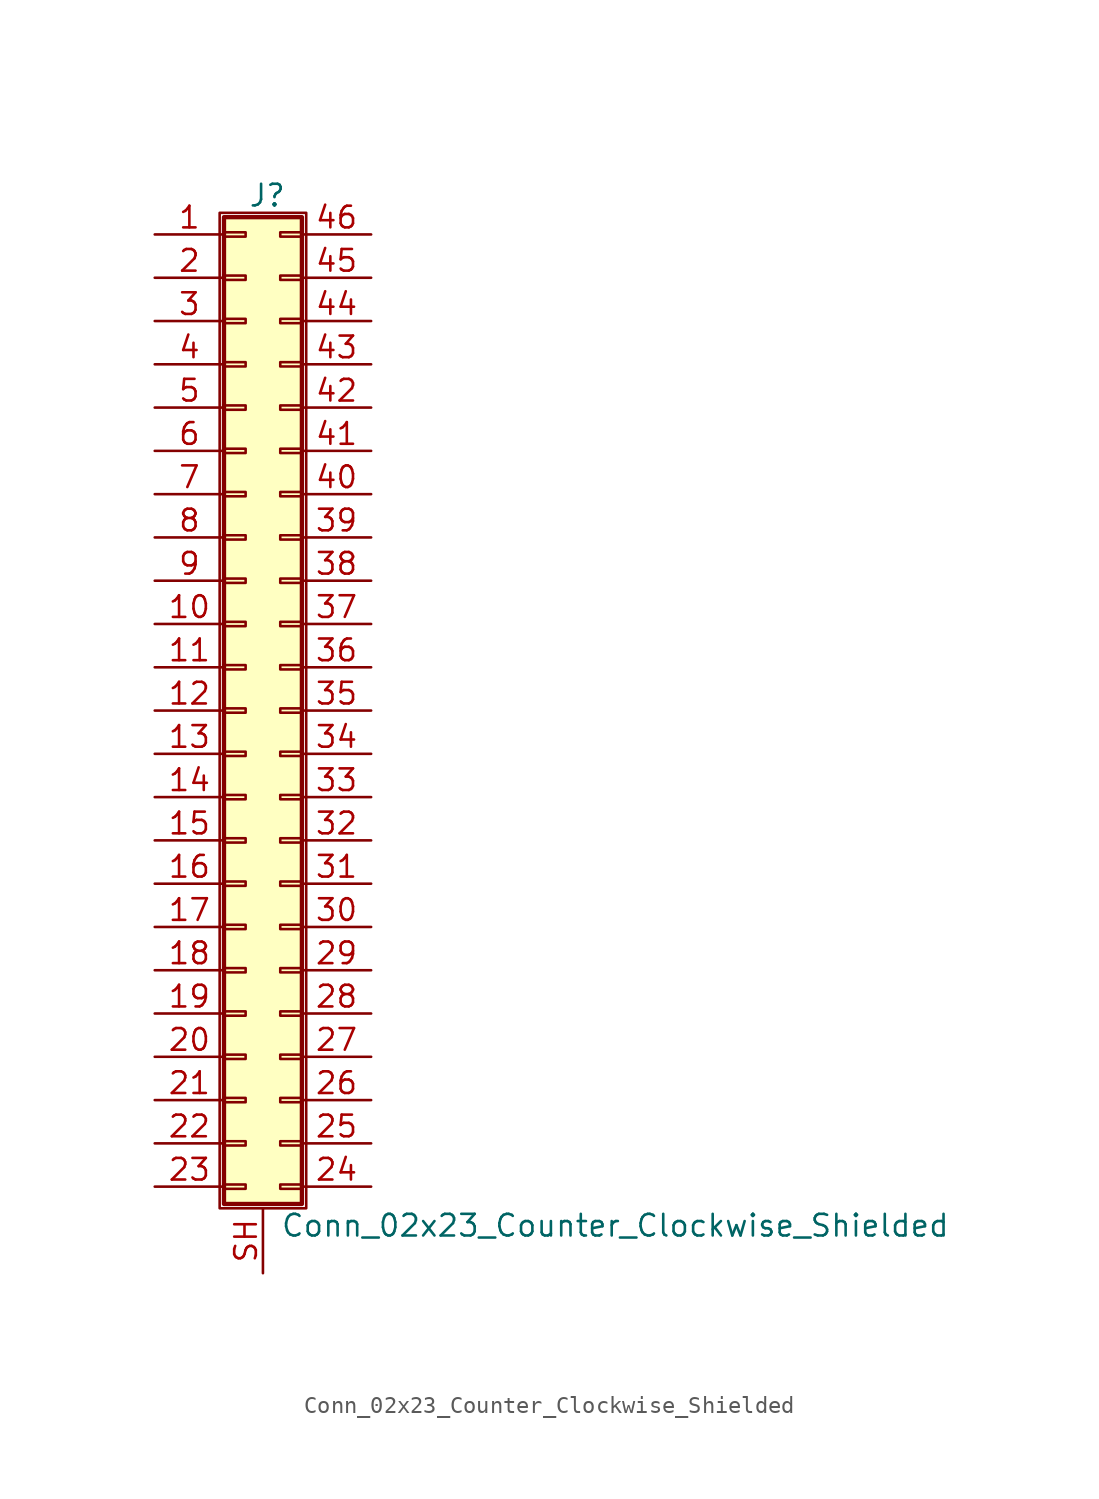
<source format=kicad_sym>
(kicad_symbol_lib
  (version 20201005)
  (generator kicad_symbol_editor)
  (symbol "Connector_Generic_Shielded:Conn_02x23_Counter_Clockwise_Shielded"
    (pin_names
      (offset 1.016) hide)
    (property "Reference" "J"
      (at 1.524 30.226 0)
      (effects (font (size 1.27 1.27))))
    (property "Value" "Conn_02x23_Counter_Clockwise_Shielded"
      (at 2.286 -30.226 0)
      (effects (font (size 1.27 1.27)) (justify left)))
    (symbol "Conn_02x23_Counter_Clockwise_Shielded_1_1"
      (rectangle (start -1.016 -27.813) (end 0.254 -28.067) (stroke (width 0.152)) (fill (type none)))
      (rectangle (start -1.016 -4.953) (end 0.254 -5.207) (stroke (width 0.152)) (fill (type none)))
      (rectangle (start -1.016 -7.493) (end 0.254 -7.747) (stroke (width 0.152)) (fill (type none)))
      (rectangle (start -1.016 -10.033) (end 0.254 -10.287) (stroke (width 0.152)) (fill (type none)))
      (rectangle (start -1.016 -12.573) (end 0.254 -12.827) (stroke (width 0.152)) (fill (type none)))
      (rectangle (start -1.016 -15.113) (end 0.254 -15.367) (stroke (width 0.152)) (fill (type none)))
      (rectangle (start -1.016 -17.653) (end 0.254 -17.907) (stroke (width 0.152)) (fill (type none)))
      (rectangle (start -1.016 -20.193) (end 0.254 -20.447) (stroke (width 0.152)) (fill (type none)))
      (rectangle (start -1.016 -22.733) (end 0.254 -22.987) (stroke (width 0.152)) (fill (type none)))
      (rectangle (start -1.016 -2.413) (end 0.254 -2.667) (stroke (width 0.152)) (fill (type none)))
      (rectangle (start -1.016 -25.273) (end 0.254 -25.527) (stroke (width 0.152)) (fill (type none)))
      (rectangle (start -1.016 25.527) (end 0.254 25.273) (stroke (width 0.152)) (fill (type none)))
      (rectangle (start -1.016 2.667) (end 0.254 2.413) (stroke (width 0.152)) (fill (type none)))
      (rectangle (start -1.016 28.067) (end 0.254 27.813) (stroke (width 0.152)) (fill (type none)))
      (rectangle (start -1.016 28.956) (end 3.556 -28.956) (stroke (width 0.254)) (fill (type background)))
      (rectangle (start -1.016 5.207) (end 0.254 4.953) (stroke (width 0.152)) (fill (type none)))
      (rectangle (start -1.016 7.747) (end 0.254 7.493) (stroke (width 0.152)) (fill (type none)))
      (rectangle (start -1.016 10.287) (end 0.254 10.033) (stroke (width 0.152)) (fill (type none)))
      (rectangle (start -1.016 0.127) (end 0.254 -0.127) (stroke (width 0.152)) (fill (type none)))
      (rectangle (start -1.016 12.827) (end 0.254 12.573) (stroke (width 0.152)) (fill (type none)))
      (rectangle (start -1.016 15.367) (end 0.254 15.113) (stroke (width 0.152)) (fill (type none)))
      (rectangle (start -1.016 17.907) (end 0.254 17.653) (stroke (width 0.152)) (fill (type none)))
      (rectangle (start -1.016 20.447) (end 0.254 20.193) (stroke (width 0.152)) (fill (type none)))
      (rectangle (start -1.016 22.987) (end 0.254 22.733) (stroke (width 0.152)) (fill (type none)))
      (rectangle (start -1.27 29.21) (end 3.81 -29.21) (stroke (width 0.152)) (fill (type none)))
      (rectangle (start 3.556 -27.813) (end 2.286 -28.067) (stroke (width 0.152)) (fill (type none)))
      (rectangle (start 3.556 -4.953) (end 2.286 -5.207) (stroke (width 0.152)) (fill (type none)))
      (rectangle (start 3.556 -7.493) (end 2.286 -7.747) (stroke (width 0.152)) (fill (type none)))
      (rectangle (start 3.556 -10.033) (end 2.286 -10.287) (stroke (width 0.152)) (fill (type none)))
      (rectangle (start 3.556 -12.573) (end 2.286 -12.827) (stroke (width 0.152)) (fill (type none)))
      (rectangle (start 3.556 -15.113) (end 2.286 -15.367) (stroke (width 0.152)) (fill (type none)))
      (rectangle (start 3.556 -17.653) (end 2.286 -17.907) (stroke (width 0.152)) (fill (type none)))
      (rectangle (start 3.556 -20.193) (end 2.286 -20.447) (stroke (width 0.152)) (fill (type none)))
      (rectangle (start 3.556 -22.733) (end 2.286 -22.987) (stroke (width 0.152)) (fill (type none)))
      (rectangle (start 3.556 -2.413) (end 2.286 -2.667) (stroke (width 0.152)) (fill (type none)))
      (rectangle (start 3.556 -25.273) (end 2.286 -25.527) (stroke (width 0.152)) (fill (type none)))
      (rectangle (start 3.556 25.527) (end 2.286 25.273) (stroke (width 0.152)) (fill (type none)))
      (rectangle (start 3.556 2.667) (end 2.286 2.413) (stroke (width 0.152)) (fill (type none)))
      (rectangle (start 3.556 28.067) (end 2.286 27.813) (stroke (width 0.152)) (fill (type none)))
      (rectangle (start 3.556 5.207) (end 2.286 4.953) (stroke (width 0.152)) (fill (type none)))
      (rectangle (start 3.556 7.747) (end 2.286 7.493) (stroke (width 0.152)) (fill (type none)))
      (rectangle (start 3.556 10.287) (end 2.286 10.033) (stroke (width 0.152)) (fill (type none)))
      (rectangle (start 3.556 0.127) (end 2.286 -0.127) (stroke (width 0.152)) (fill (type none)))
      (rectangle (start 3.556 12.827) (end 2.286 12.573) (stroke (width 0.152)) (fill (type none)))
      (rectangle (start 3.556 15.367) (end 2.286 15.113) (stroke (width 0.152)) (fill (type none)))
      (rectangle (start 3.556 17.907) (end 2.286 17.653) (stroke (width 0.152)) (fill (type none)))
      (rectangle (start 3.556 20.447) (end 2.286 20.193) (stroke (width 0.152)) (fill (type none)))
      (rectangle (start 3.556 22.987) (end 2.286 22.733) (stroke (width 0.152)) (fill (type none)))
      (pin passive line (at -5.08 27.94 0) (length 4.064) (name "Pin_1" (effects (font (size 1.27 1.27)))) (number "1" (effects (font (size 1.27 1.27)))))
      (pin passive line (at -5.08 5.08 0) (length 4.064) (name "Pin_10" (effects (font (size 1.27 1.27)))) (number "10" (effects (font (size 1.27 1.27)))))
      (pin passive line (at -5.08 2.54 0) (length 4.064) (name "Pin_11" (effects (font (size 1.27 1.27)))) (number "11" (effects (font (size 1.27 1.27)))))
      (pin passive line (at -5.08 0 0) (length 4.064) (name "Pin_12" (effects (font (size 1.27 1.27)))) (number "12" (effects (font (size 1.27 1.27)))))
      (pin passive line (at -5.08 -2.54 0) (length 4.064) (name "Pin_13" (effects (font (size 1.27 1.27)))) (number "13" (effects (font (size 1.27 1.27)))))
      (pin passive line (at -5.08 -5.08 0) (length 4.064) (name "Pin_14" (effects (font (size 1.27 1.27)))) (number "14" (effects (font (size 1.27 1.27)))))
      (pin passive line (at -5.08 -7.62 0) (length 4.064) (name "Pin_15" (effects (font (size 1.27 1.27)))) (number "15" (effects (font (size 1.27 1.27)))))
      (pin passive line (at -5.08 -10.16 0) (length 4.064) (name "Pin_16" (effects (font (size 1.27 1.27)))) (number "16" (effects (font (size 1.27 1.27)))))
      (pin passive line (at -5.08 -12.7 0) (length 4.064) (name "Pin_17" (effects (font (size 1.27 1.27)))) (number "17" (effects (font (size 1.27 1.27)))))
      (pin passive line (at -5.08 -15.24 0) (length 4.064) (name "Pin_18" (effects (font (size 1.27 1.27)))) (number "18" (effects (font (size 1.27 1.27)))))
      (pin passive line (at -5.08 -17.78 0) (length 4.064) (name "Pin_19" (effects (font (size 1.27 1.27)))) (number "19" (effects (font (size 1.27 1.27)))))
      (pin passive line (at -5.08 25.4 0) (length 4.064) (name "Pin_2" (effects (font (size 1.27 1.27)))) (number "2" (effects (font (size 1.27 1.27)))))
      (pin passive line (at -5.08 -20.32 0) (length 4.064) (name "Pin_20" (effects (font (size 1.27 1.27)))) (number "20" (effects (font (size 1.27 1.27)))))
      (pin passive line (at -5.08 -22.86 0) (length 4.064) (name "Pin_21" (effects (font (size 1.27 1.27)))) (number "21" (effects (font (size 1.27 1.27)))))
      (pin passive line (at -5.08 -25.4 0) (length 4.064) (name "Pin_22" (effects (font (size 1.27 1.27)))) (number "22" (effects (font (size 1.27 1.27)))))
      (pin passive line (at -5.08 -27.94 0) (length 4.064) (name "Pin_23" (effects (font (size 1.27 1.27)))) (number "23" (effects (font (size 1.27 1.27)))))
      (pin passive line (at 7.62 -27.94 180) (length 4.064) (name "Pin_24" (effects (font (size 1.27 1.27)))) (number "24" (effects (font (size 1.27 1.27)))))
      (pin passive line (at 7.62 -25.4 180) (length 4.064) (name "Pin_25" (effects (font (size 1.27 1.27)))) (number "25" (effects (font (size 1.27 1.27)))))
      (pin passive line (at 7.62 -22.86 180) (length 4.064) (name "Pin_26" (effects (font (size 1.27 1.27)))) (number "26" (effects (font (size 1.27 1.27)))))
      (pin passive line (at 7.62 -20.32 180) (length 4.064) (name "Pin_27" (effects (font (size 1.27 1.27)))) (number "27" (effects (font (size 1.27 1.27)))))
      (pin passive line (at 7.62 -17.78 180) (length 4.064) (name "Pin_28" (effects (font (size 1.27 1.27)))) (number "28" (effects (font (size 1.27 1.27)))))
      (pin passive line (at 7.62 -15.24 180) (length 4.064) (name "Pin_29" (effects (font (size 1.27 1.27)))) (number "29" (effects (font (size 1.27 1.27)))))
      (pin passive line (at -5.08 22.86 0) (length 4.064) (name "Pin_3" (effects (font (size 1.27 1.27)))) (number "3" (effects (font (size 1.27 1.27)))))
      (pin passive line (at 7.62 -12.7 180) (length 4.064) (name "Pin_30" (effects (font (size 1.27 1.27)))) (number "30" (effects (font (size 1.27 1.27)))))
      (pin passive line (at 7.62 -10.16 180) (length 4.064) (name "Pin_31" (effects (font (size 1.27 1.27)))) (number "31" (effects (font (size 1.27 1.27)))))
      (pin passive line (at 7.62 -7.62 180) (length 4.064) (name "Pin_32" (effects (font (size 1.27 1.27)))) (number "32" (effects (font (size 1.27 1.27)))))
      (pin passive line (at 7.62 -5.08 180) (length 4.064) (name "Pin_33" (effects (font (size 1.27 1.27)))) (number "33" (effects (font (size 1.27 1.27)))))
      (pin passive line (at 7.62 -2.54 180) (length 4.064) (name "Pin_34" (effects (font (size 1.27 1.27)))) (number "34" (effects (font (size 1.27 1.27)))))
      (pin passive line (at 7.62 0 180) (length 4.064) (name "Pin_35" (effects (font (size 1.27 1.27)))) (number "35" (effects (font (size 1.27 1.27)))))
      (pin passive line (at 7.62 2.54 180) (length 4.064) (name "Pin_36" (effects (font (size 1.27 1.27)))) (number "36" (effects (font (size 1.27 1.27)))))
      (pin passive line (at 7.62 5.08 180) (length 4.064) (name "Pin_37" (effects (font (size 1.27 1.27)))) (number "37" (effects (font (size 1.27 1.27)))))
      (pin passive line (at 7.62 7.62 180) (length 4.064) (name "Pin_38" (effects (font (size 1.27 1.27)))) (number "38" (effects (font (size 1.27 1.27)))))
      (pin passive line (at 7.62 10.16 180) (length 4.064) (name "Pin_39" (effects (font (size 1.27 1.27)))) (number "39" (effects (font (size 1.27 1.27)))))
      (pin passive line (at -5.08 20.32 0) (length 4.064) (name "Pin_4" (effects (font (size 1.27 1.27)))) (number "4" (effects (font (size 1.27 1.27)))))
      (pin passive line (at 7.62 12.7 180) (length 4.064) (name "Pin_40" (effects (font (size 1.27 1.27)))) (number "40" (effects (font (size 1.27 1.27)))))
      (pin passive line (at 7.62 15.24 180) (length 4.064) (name "Pin_41" (effects (font (size 1.27 1.27)))) (number "41" (effects (font (size 1.27 1.27)))))
      (pin passive line (at 7.62 17.78 180) (length 4.064) (name "Pin_42" (effects (font (size 1.27 1.27)))) (number "42" (effects (font (size 1.27 1.27)))))
      (pin passive line (at 7.62 20.32 180) (length 4.064) (name "Pin_43" (effects (font (size 1.27 1.27)))) (number "43" (effects (font (size 1.27 1.27)))))
      (pin passive line (at 7.62 22.86 180) (length 4.064) (name "Pin_44" (effects (font (size 1.27 1.27)))) (number "44" (effects (font (size 1.27 1.27)))))
      (pin passive line (at 7.62 25.4 180) (length 4.064) (name "Pin_45" (effects (font (size 1.27 1.27)))) (number "45" (effects (font (size 1.27 1.27)))))
      (pin passive line (at 7.62 27.94 180) (length 4.064) (name "Pin_46" (effects (font (size 1.27 1.27)))) (number "46" (effects (font (size 1.27 1.27)))))
      (pin passive line (at -5.08 17.78 0) (length 4.064) (name "Pin_5" (effects (font (size 1.27 1.27)))) (number "5" (effects (font (size 1.27 1.27)))))
      (pin passive line (at -5.08 15.24 0) (length 4.064) (name "Pin_6" (effects (font (size 1.27 1.27)))) (number "6" (effects (font (size 1.27 1.27)))))
      (pin passive line (at -5.08 12.7 0) (length 4.064) (name "Pin_7" (effects (font (size 1.27 1.27)))) (number "7" (effects (font (size 1.27 1.27)))))
      (pin passive line (at -5.08 10.16 0) (length 4.064) (name "Pin_8" (effects (font (size 1.27 1.27)))) (number "8" (effects (font (size 1.27 1.27)))))
      (pin passive line (at -5.08 7.62 0) (length 4.064) (name "Pin_9" (effects (font (size 1.27 1.27)))) (number "9" (effects (font (size 1.27 1.27)))))
      (pin passive line (at 1.27 -33.02 90) (length 3.81) (name "Shield" (effects (font (size 1.27 1.27)))) (number "SH" (effects (font (size 1.27 1.27))))))))
</source>
